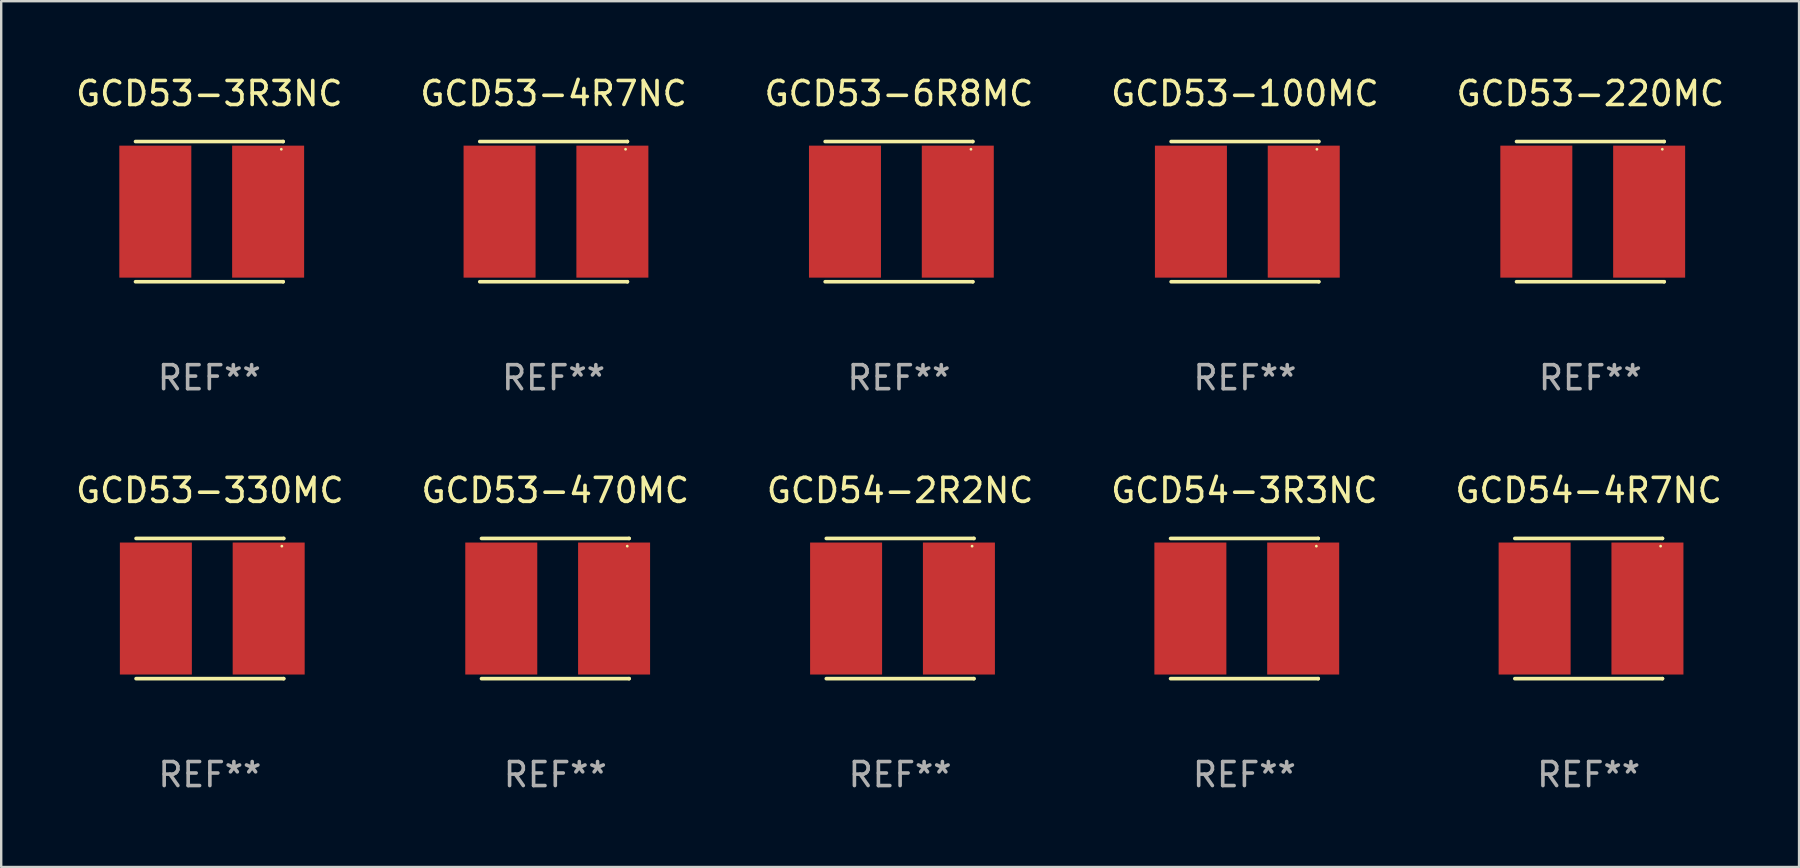
<source format=kicad_pcb>
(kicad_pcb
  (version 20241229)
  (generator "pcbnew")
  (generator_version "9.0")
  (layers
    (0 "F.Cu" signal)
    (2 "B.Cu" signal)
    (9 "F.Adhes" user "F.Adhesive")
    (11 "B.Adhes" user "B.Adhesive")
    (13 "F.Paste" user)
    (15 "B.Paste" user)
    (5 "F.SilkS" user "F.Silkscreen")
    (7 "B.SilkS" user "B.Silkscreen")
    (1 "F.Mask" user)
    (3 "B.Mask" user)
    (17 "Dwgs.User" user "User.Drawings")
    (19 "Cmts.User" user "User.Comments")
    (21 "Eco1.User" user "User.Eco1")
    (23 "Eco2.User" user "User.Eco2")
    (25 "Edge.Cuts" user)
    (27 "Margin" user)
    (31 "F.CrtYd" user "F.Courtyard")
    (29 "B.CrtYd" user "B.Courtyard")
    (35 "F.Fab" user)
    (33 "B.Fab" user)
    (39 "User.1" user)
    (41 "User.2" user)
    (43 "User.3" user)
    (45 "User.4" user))
  (footprint "GCD54-3R3NC"
    (layer "F.Cu")
    (at 48.804 22.308)
    (property "Reference" "GCD54-3R3NC" (at 0 -4.921 0) (layer "F.SilkS") (effects (font (size 1 1) (thickness 0.15))))
    (attr through_hole)
    (fp_line (start -3.076 2.921) (end 3.076 2.921) (stroke (width 0.152) (type solid)) (layer "F.SilkS"))
    (fp_line (start -3.076 -2.921) (end 3.076 -2.921) (stroke (width 0.152) (type solid)) (layer "F.SilkS"))
    (fp_line (start 3.076 2.921) (end 3.076 2.921) (stroke (width 0.152) (type solid)) (layer "F.SilkS"))
    (fp_line (start 3.076 -2.921) (end 3.076 -2.921) (stroke (width 0.152) (type solid)) (layer "F.SilkS"))
    (fp_circle (center 2.999 -2.6) (end 3.029 -2.6) (stroke (width 0.06) (type solid)) (fill no) (layer "F.SilkS"))
    (fp_text user "REF**" (at 0 6.921 0) (layer "F.Fab") (effects (font (size 1 1) (thickness 0.15))))
    (pad "1" smd rect (at 2.45 -0.000013) (size 3 5.5) (layers "F.Cu" "F.Mask" "F.Paste"))
    (pad "2" smd rect (at -2.251 -0.000013) (size 3 5.5) (layers "F.Cu" "F.Mask" "F.Paste")))
  (footprint "GCD53-330MC"
    (layer "F.Cu")
    (at 5.696 22.308)
    (property "Reference" "GCD53-330MC" (at 0 -4.921 0) (layer "F.SilkS") (effects (font (size 1 1) (thickness 0.15))))
    (attr through_hole)
    (fp_line (start -3.076 2.921) (end 3.076 2.921) (stroke (width 0.152) (type solid)) (layer "F.SilkS"))
    (fp_line (start -3.076 -2.921) (end 3.076 -2.921) (stroke (width 0.152) (type solid)) (layer "F.SilkS"))
    (fp_line (start 3.076 2.921) (end 3.076 2.921) (stroke (width 0.152) (type solid)) (layer "F.SilkS"))
    (fp_line (start 3.076 -2.921) (end 3.076 -2.921) (stroke (width 0.152) (type solid)) (layer "F.SilkS"))
    (fp_circle (center 2.999 -2.6) (end 3.029 -2.6) (stroke (width 0.06) (type solid)) (fill no) (layer "F.SilkS"))
    (fp_text user "REF**" (at 0 6.921 0) (layer "F.Fab") (effects (font (size 1 1) (thickness 0.15))))
    (pad "1" smd rect (at 2.45 -0.000013) (size 3 5.5) (layers "F.Cu" "F.Mask" "F.Paste"))
    (pad "2" smd rect (at -2.251 -0.000013) (size 3 5.5) (layers "F.Cu" "F.Mask" "F.Paste")))
  (footprint "GCD53-6R8MC"
    (layer "F.Cu")
    (at 34.411 5.769)
    (property "Reference" "GCD53-6R8MC" (at 0 -4.921 0) (layer "F.SilkS") (effects (font (size 1 1) (thickness 0.15))))
    (attr through_hole)
    (fp_line (start -3.076 2.921) (end 3.076 2.921) (stroke (width 0.152) (type solid)) (layer "F.SilkS"))
    (fp_line (start -3.076 -2.921) (end 3.076 -2.921) (stroke (width 0.152) (type solid)) (layer "F.SilkS"))
    (fp_line (start 3.076 2.921) (end 3.076 2.921) (stroke (width 0.152) (type solid)) (layer "F.SilkS"))
    (fp_line (start 3.076 -2.921) (end 3.076 -2.921) (stroke (width 0.152) (type solid)) (layer "F.SilkS"))
    (fp_circle (center 2.999 -2.6) (end 3.029 -2.6) (stroke (width 0.06) (type solid)) (fill no) (layer "F.SilkS"))
    (fp_text user "REF**" (at 0 6.921 0) (layer "F.Fab") (effects (font (size 1 1) (thickness 0.15))))
    (pad "1" smd rect (at 2.45 -0.000013) (size 3 5.5) (layers "F.Cu" "F.Mask" "F.Paste"))
    (pad "2" smd rect (at -2.251 -0.000013) (size 3 5.5) (layers "F.Cu" "F.Mask" "F.Paste")))
  (footprint "GCD53-4R7NC"
    (layer "F.Cu")
    (at 20.018 5.769)
    (property "Reference" "GCD53-4R7NC" (at 0 -4.921 0) (layer "F.SilkS") (effects (font (size 1 1) (thickness 0.15))))
    (attr through_hole)
    (fp_line (start -3.076 2.921) (end 3.076 2.921) (stroke (width 0.152) (type solid)) (layer "F.SilkS"))
    (fp_line (start -3.076 -2.921) (end 3.076 -2.921) (stroke (width 0.152) (type solid)) (layer "F.SilkS"))
    (fp_line (start 3.076 2.921) (end 3.076 2.921) (stroke (width 0.152) (type solid)) (layer "F.SilkS"))
    (fp_line (start 3.076 -2.921) (end 3.076 -2.921) (stroke (width 0.152) (type solid)) (layer "F.SilkS"))
    (fp_circle (center 2.999 -2.6) (end 3.029 -2.6) (stroke (width 0.06) (type solid)) (fill no) (layer "F.SilkS"))
    (fp_text user "REF**" (at 0 6.921 0) (layer "F.Fab") (effects (font (size 1 1) (thickness 0.15))))
    (pad "1" smd rect (at 2.45 -0.000013) (size 3 5.5) (layers "F.Cu" "F.Mask" "F.Paste"))
    (pad "2" smd rect (at -2.251 -0.000013) (size 3 5.5) (layers "F.Cu" "F.Mask" "F.Paste")))
  (footprint "GCD53-3R3NC"
    (layer "F.Cu")
    (at 5.673 5.769)
    (property "Reference" "GCD53-3R3NC" (at 0 -4.921 0) (layer "F.SilkS") (effects (font (size 1 1) (thickness 0.15))))
    (attr through_hole)
    (fp_line (start -3.076 2.921) (end 3.076 2.921) (stroke (width 0.152) (type solid)) (layer "F.SilkS"))
    (fp_line (start -3.076 -2.921) (end 3.076 -2.921) (stroke (width 0.152) (type solid)) (layer "F.SilkS"))
    (fp_line (start 3.076 2.921) (end 3.076 2.921) (stroke (width 0.152) (type solid)) (layer "F.SilkS"))
    (fp_line (start 3.076 -2.921) (end 3.076 -2.921) (stroke (width 0.152) (type solid)) (layer "F.SilkS"))
    (fp_circle (center 2.999 -2.6) (end 3.029 -2.6) (stroke (width 0.06) (type solid)) (fill no) (layer "F.SilkS"))
    (fp_text user "REF**" (at 0 6.921 0) (layer "F.Fab") (effects (font (size 1 1) (thickness 0.15))))
    (pad "1" smd rect (at 2.45 -0.000013) (size 3 5.5) (layers "F.Cu" "F.Mask" "F.Paste"))
    (pad "2" smd rect (at -2.251 -0.000013) (size 3 5.5) (layers "F.Cu" "F.Mask" "F.Paste")))
  (footprint "GCD54-4R7NC"
    (layer "F.Cu")
    (at 63.149 22.308)
    (property "Reference" "GCD54-4R7NC" (at 0 -4.921 0) (layer "F.SilkS") (effects (font (size 1 1) (thickness 0.15))))
    (attr through_hole)
    (fp_line (start -3.076 2.921) (end 3.076 2.921) (stroke (width 0.152) (type solid)) (layer "F.SilkS"))
    (fp_line (start -3.076 -2.921) (end 3.076 -2.921) (stroke (width 0.152) (type solid)) (layer "F.SilkS"))
    (fp_line (start 3.076 2.921) (end 3.076 2.921) (stroke (width 0.152) (type solid)) (layer "F.SilkS"))
    (fp_line (start 3.076 -2.921) (end 3.076 -2.921) (stroke (width 0.152) (type solid)) (layer "F.SilkS"))
    (fp_circle (center 2.999 -2.6) (end 3.029 -2.6) (stroke (width 0.06) (type solid)) (fill no) (layer "F.SilkS"))
    (fp_text user "REF**" (at 0 6.921 0) (layer "F.Fab") (effects (font (size 1 1) (thickness 0.15))))
    (pad "1" smd rect (at 2.45 -0.000013) (size 3 5.5) (layers "F.Cu" "F.Mask" "F.Paste"))
    (pad "2" smd rect (at -2.251 -0.000013) (size 3 5.5) (layers "F.Cu" "F.Mask" "F.Paste")))
  (footprint "GCD54-2R2NC"
    (layer "F.Cu")
    (at 34.458 22.308)
    (property "Reference" "GCD54-2R2NC" (at 0 -4.921 0) (layer "F.SilkS") (effects (font (size 1 1) (thickness 0.15))))
    (attr through_hole)
    (fp_line (start -3.076 2.921) (end 3.076 2.921) (stroke (width 0.152) (type solid)) (layer "F.SilkS"))
    (fp_line (start -3.076 -2.921) (end 3.076 -2.921) (stroke (width 0.152) (type solid)) (layer "F.SilkS"))
    (fp_line (start 3.076 2.921) (end 3.076 2.921) (stroke (width 0.152) (type solid)) (layer "F.SilkS"))
    (fp_line (start 3.076 -2.921) (end 3.076 -2.921) (stroke (width 0.152) (type solid)) (layer "F.SilkS"))
    (fp_circle (center 2.999 -2.6) (end 3.029 -2.6) (stroke (width 0.06) (type solid)) (fill no) (layer "F.SilkS"))
    (fp_text user "REF**" (at 0 6.921 0) (layer "F.Fab") (effects (font (size 1 1) (thickness 0.15))))
    (pad "1" smd rect (at 2.45 -0.000013) (size 3 5.5) (layers "F.Cu" "F.Mask" "F.Paste"))
    (pad "2" smd rect (at -2.251 -0.000013) (size 3 5.5) (layers "F.Cu" "F.Mask" "F.Paste")))
  (footprint "GCD53-220MC"
    (layer "F.Cu")
    (at 63.22 5.769)
    (property "Reference" "GCD53-220MC" (at 0 -4.921 0) (layer "F.SilkS") (effects (font (size 1 1) (thickness 0.15))))
    (attr through_hole)
    (fp_line (start -3.076 2.921) (end 3.076 2.921) (stroke (width 0.152) (type solid)) (layer "F.SilkS"))
    (fp_line (start -3.076 -2.921) (end 3.076 -2.921) (stroke (width 0.152) (type solid)) (layer "F.SilkS"))
    (fp_line (start 3.076 2.921) (end 3.076 2.921) (stroke (width 0.152) (type solid)) (layer "F.SilkS"))
    (fp_line (start 3.076 -2.921) (end 3.076 -2.921) (stroke (width 0.152) (type solid)) (layer "F.SilkS"))
    (fp_circle (center 2.999 -2.6) (end 3.029 -2.6) (stroke (width 0.06) (type solid)) (fill no) (layer "F.SilkS"))
    (fp_text user "REF**" (at 0 6.921 0) (layer "F.Fab") (effects (font (size 1 1) (thickness 0.15))))
    (pad "1" smd rect (at 2.45 -0.000013) (size 3 5.5) (layers "F.Cu" "F.Mask" "F.Paste"))
    (pad "2" smd rect (at -2.251 -0.000013) (size 3 5.5) (layers "F.Cu" "F.Mask" "F.Paste")))
  (footprint "GCD53-100MC"
    (layer "F.Cu")
    (at 48.827 5.769)
    (property "Reference" "GCD53-100MC" (at 0 -4.921 0) (layer "F.SilkS") (effects (font (size 1 1) (thickness 0.15))))
    (attr through_hole)
    (fp_line (start -3.076 2.921) (end 3.076 2.921) (stroke (width 0.152) (type solid)) (layer "F.SilkS"))
    (fp_line (start -3.076 -2.921) (end 3.076 -2.921) (stroke (width 0.152) (type solid)) (layer "F.SilkS"))
    (fp_line (start 3.076 2.921) (end 3.076 2.921) (stroke (width 0.152) (type solid)) (layer "F.SilkS"))
    (fp_line (start 3.076 -2.921) (end 3.076 -2.921) (stroke (width 0.152) (type solid)) (layer "F.SilkS"))
    (fp_circle (center 2.999 -2.6) (end 3.029 -2.6) (stroke (width 0.06) (type solid)) (fill no) (layer "F.SilkS"))
    (fp_text user "REF**" (at 0 6.921 0) (layer "F.Fab") (effects (font (size 1 1) (thickness 0.15))))
    (pad "1" smd rect (at 2.45 -0.000013) (size 3 5.5) (layers "F.Cu" "F.Mask" "F.Paste"))
    (pad "2" smd rect (at -2.251 -0.000013) (size 3 5.5) (layers "F.Cu" "F.Mask" "F.Paste")))
  (footprint "GCD53-470MC"
    (layer "F.Cu")
    (at 20.089 22.308)
    (property "Reference" "GCD53-470MC" (at 0 -4.921 0) (layer "F.SilkS") (effects (font (size 1 1) (thickness 0.15))))
    (attr through_hole)
    (fp_line (start -3.076 2.921) (end 3.076 2.921) (stroke (width 0.152) (type solid)) (layer "F.SilkS"))
    (fp_line (start -3.076 -2.921) (end 3.076 -2.921) (stroke (width 0.152) (type solid)) (layer "F.SilkS"))
    (fp_line (start 3.076 2.921) (end 3.076 2.921) (stroke (width 0.152) (type solid)) (layer "F.SilkS"))
    (fp_line (start 3.076 -2.921) (end 3.076 -2.921) (stroke (width 0.152) (type solid)) (layer "F.SilkS"))
    (fp_circle (center 2.999 -2.6) (end 3.029 -2.6) (stroke (width 0.06) (type solid)) (fill no) (layer "F.SilkS"))
    (fp_text user "REF**" (at 0 6.921 0) (layer "F.Fab") (effects (font (size 1 1) (thickness 0.15))))
    (pad "1" smd rect (at 2.45 -0.000013) (size 3 5.5) (layers "F.Cu" "F.Mask" "F.Paste"))
    (pad "2" smd rect (at -2.251 -0.000013) (size 3 5.5) (layers "F.Cu" "F.Mask" "F.Paste")))
  (gr_rect
    (start -3 -3)
    (end 71.917 33.077)
    (stroke (width 0.1) (type default))
    (fill no)
    (layer "Edge.Cuts")))
</source>
